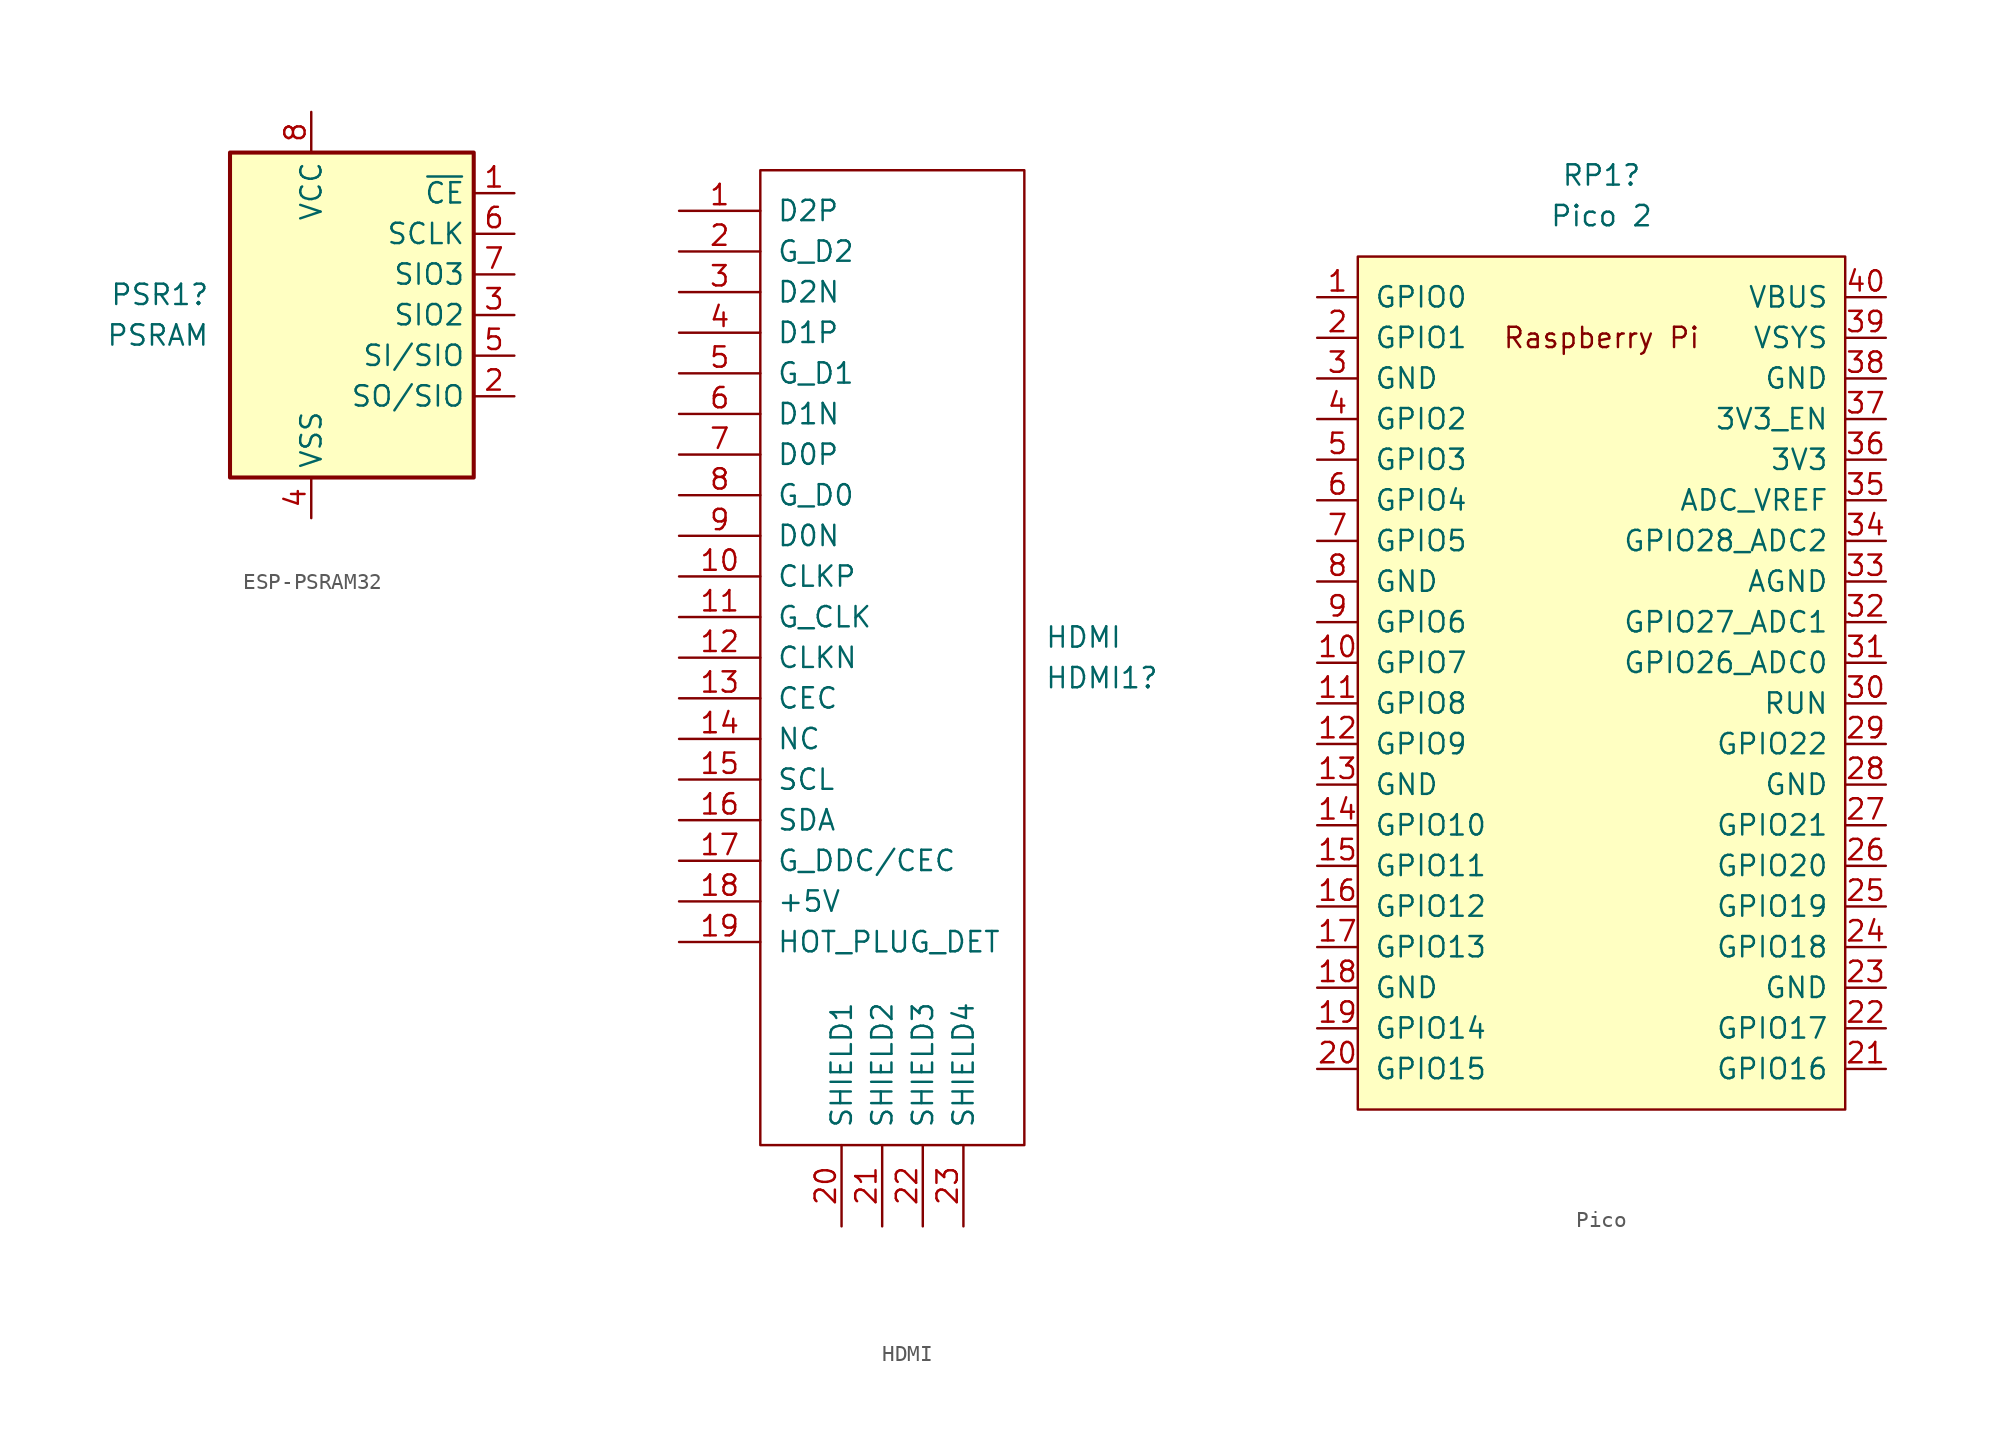
<source format=kicad_sym>
(kicad_symbol_lib
  (version 20231120)
  (generator "kicad_symbol_editor")
  (generator_version "8.0")
  (symbol "ESP-PSRAM32"
    (property "Reference" "PSR1"
      (at -8.89 1.27 0)
      (effects (font (size 1.27 1.27)) (justify right)))
    (property "Value" "PSRAM"
      (at -8.89 -1.27 0)
      (effects (font (size 1.27 1.27)) (justify right)))
    (symbol "ESP-PSRAM32_0_1"
      (rectangle (start -7.62 10.16) (end 7.62 -10.16) (stroke (width 0.254) (type default)) (fill (type background))))
    (symbol "ESP-PSRAM32_1_1"
      (pin input line (at 10.16 7.62 180) (length 2.54) (name "~{CE}" (effects (font (size 1.27 1.27)))) (number "1" (effects (font (size 1.27 1.27)))))
      (pin output line (at 10.16 -5.08 180) (length 2.54) (name "SO/SIO" (effects (font (size 1.27 1.27)))) (number "2" (effects (font (size 1.27 1.27)))))
      (pin bidirectional line (at 10.16 0 180) (length 2.54) (name "SIO2" (effects (font (size 1.27 1.27)))) (number "3" (effects (font (size 1.27 1.27)))))
      (pin power_in line (at -2.54 -12.7 90) (length 2.54) (name "VSS" (effects (font (size 1.27 1.27)))) (number "4" (effects (font (size 1.27 1.27)))))
      (pin input line (at 10.16 -2.54 180) (length 2.54) (name "SI/SIO" (effects (font (size 1.27 1.27)))) (number "5" (effects (font (size 1.27 1.27)))))
      (pin output line (at 10.16 5.08 180) (length 2.54) (name "SCLK" (effects (font (size 1.27 1.27)))) (number "6" (effects (font (size 1.27 1.27)))))
      (pin bidirectional line (at 10.16 2.54 180) (length 2.54) (name "SIO3" (effects (font (size 1.27 1.27)))) (number "7" (effects (font (size 1.27 1.27)))))
      (pin power_in line (at -2.54 12.7 270) (length 2.54) (name "VCC" (effects (font (size 1.27 1.27)))) (number "8" (effects (font (size 1.27 1.27)))))))
  (symbol "HDMI"
    (pin_names
      (offset 1.016))
    (property "Reference" "HDMI1"
      (at 12.7 -16.51 0)
      (effects (font (size 1.27 1.27)) (justify left)))
    (property "Value" "HDMI"
      (at 12.7 -13.97 0)
      (effects (font (size 1.27 1.27)) (justify left)))
    (symbol "HDMI_0_1"
      (rectangle (start -5.08 15.24) (end 11.43 -45.72) (stroke (width 0) (type solid)) (fill (type none))))
    (symbol "HDMI_1_1"
      (pin input line (at -10.16 12.7 0) (length 5.08) (name "D2P" (effects (font (size 1.27 1.27)))) (number "1" (effects (font (size 1.27 1.27)))))
      (pin input line (at -10.16 -10.16 0) (length 5.08) (name "CLKP" (effects (font (size 1.27 1.27)))) (number "10" (effects (font (size 1.27 1.27)))))
      (pin input line (at -10.16 -12.7 0) (length 5.08) (name "G_CLK" (effects (font (size 1.27 1.27)))) (number "11" (effects (font (size 1.27 1.27)))))
      (pin input line (at -10.16 -15.24 0) (length 5.08) (name "CLKN" (effects (font (size 1.27 1.27)))) (number "12" (effects (font (size 1.27 1.27)))))
      (pin input line (at -10.16 -17.78 0) (length 5.08) (name "CEC" (effects (font (size 1.27 1.27)))) (number "13" (effects (font (size 1.27 1.27)))))
      (pin input line (at -10.16 -20.32 0) (length 5.08) (name "NC" (effects (font (size 1.27 1.27)))) (number "14" (effects (font (size 1.27 1.27)))))
      (pin input line (at -10.16 -22.86 0) (length 5.08) (name "SCL" (effects (font (size 1.27 1.27)))) (number "15" (effects (font (size 1.27 1.27)))))
      (pin input line (at -10.16 -25.4 0) (length 5.08) (name "SDA" (effects (font (size 1.27 1.27)))) (number "16" (effects (font (size 1.27 1.27)))))
      (pin input line (at -10.16 -27.94 0) (length 5.08) (name "G_DDC/CEC" (effects (font (size 1.27 1.27)))) (number "17" (effects (font (size 1.27 1.27)))))
      (pin input line (at -10.16 -30.48 0) (length 5.08) (name "+5V" (effects (font (size 1.27 1.27)))) (number "18" (effects (font (size 1.27 1.27)))))
      (pin input line (at -10.16 -33.02 0) (length 5.08) (name "HOT_PLUG_DET" (effects (font (size 1.27 1.27)))) (number "19" (effects (font (size 1.27 1.27)))))
      (pin input line (at -10.16 10.16 0) (length 5.08) (name "G_D2" (effects (font (size 1.27 1.27)))) (number "2" (effects (font (size 1.27 1.27)))))
      (pin input line (at 0 -50.8 90) (length 5.08) (name "SHIELD1" (effects (font (size 1.27 1.27)))) (number "20" (effects (font (size 1.27 1.27)))))
      (pin input line (at 2.54 -50.8 90) (length 5.08) (name "SHIELD2" (effects (font (size 1.27 1.27)))) (number "21" (effects (font (size 1.27 1.27)))))
      (pin input line (at 5.08 -50.8 90) (length 5.08) (name "SHIELD3" (effects (font (size 1.27 1.27)))) (number "22" (effects (font (size 1.27 1.27)))))
      (pin input line (at 7.62 -50.8 90) (length 5.08) (name "SHIELD4" (effects (font (size 1.27 1.27)))) (number "23" (effects (font (size 1.27 1.27)))))
      (pin input line (at -10.16 7.62 0) (length 5.08) (name "D2N" (effects (font (size 1.27 1.27)))) (number "3" (effects (font (size 1.27 1.27)))))
      (pin input line (at -10.16 5.08 0) (length 5.08) (name "D1P" (effects (font (size 1.27 1.27)))) (number "4" (effects (font (size 1.27 1.27)))))
      (pin input line (at -10.16 2.54 0) (length 5.08) (name "G_D1" (effects (font (size 1.27 1.27)))) (number "5" (effects (font (size 1.27 1.27)))))
      (pin input line (at -10.16 0 0) (length 5.08) (name "D1N" (effects (font (size 1.27 1.27)))) (number "6" (effects (font (size 1.27 1.27)))))
      (pin input line (at -10.16 -2.54 0) (length 5.08) (name "D0P" (effects (font (size 1.27 1.27)))) (number "7" (effects (font (size 1.27 1.27)))))
      (pin input line (at -10.16 -5.08 0) (length 5.08) (name "G_D0" (effects (font (size 1.27 1.27)))) (number "8" (effects (font (size 1.27 1.27)))))
      (pin input line (at -10.16 -7.62 0) (length 5.08) (name "D0N" (effects (font (size 1.27 1.27)))) (number "9" (effects (font (size 1.27 1.27)))))))
  (symbol "Pico"
    (pin_names
      (offset 1.016))
    (property "Reference" "RP1"
      (at 0 31.75 0)
      (effects (font (size 1.27 1.27))))
    (property "Value" "Pico 2"
      (at 0 29.21 0)
      (effects (font (size 1.27 1.27))))
    (symbol "Pico_0_0"
      (text "Raspberry Pi" (at 0 21.59 0) (effects (font (size 1.27 1.27)))))
    (symbol "Pico_0_1"
      (rectangle (start -15.24 26.67) (end 15.24 -26.67) (stroke (width 0) (type solid)) (fill (type background))))
    (symbol "Pico_1_1"
      (pin bidirectional line (at -17.78 24.13 0) (length 2.54) (name "GPIO0" (effects (font (size 1.27 1.27)))) (number "1" (effects (font (size 1.27 1.27)))))
      (pin bidirectional line (at -17.78 1.27 0) (length 2.54) (name "GPIO7" (effects (font (size 1.27 1.27)))) (number "10" (effects (font (size 1.27 1.27)))))
      (pin bidirectional line (at -17.78 -1.27 0) (length 2.54) (name "GPIO8" (effects (font (size 1.27 1.27)))) (number "11" (effects (font (size 1.27 1.27)))))
      (pin bidirectional line (at -17.78 -3.81 0) (length 2.54) (name "GPIO9" (effects (font (size 1.27 1.27)))) (number "12" (effects (font (size 1.27 1.27)))))
      (pin power_in line (at -17.78 -6.35 0) (length 2.54) (name "GND" (effects (font (size 1.27 1.27)))) (number "13" (effects (font (size 1.27 1.27)))))
      (pin bidirectional line (at -17.78 -8.89 0) (length 2.54) (name "GPIO10" (effects (font (size 1.27 1.27)))) (number "14" (effects (font (size 1.27 1.27)))))
      (pin bidirectional line (at -17.78 -11.43 0) (length 2.54) (name "GPIO11" (effects (font (size 1.27 1.27)))) (number "15" (effects (font (size 1.27 1.27)))))
      (pin bidirectional line (at -17.78 -13.97 0) (length 2.54) (name "GPIO12" (effects (font (size 1.27 1.27)))) (number "16" (effects (font (size 1.27 1.27)))))
      (pin bidirectional line (at -17.78 -16.51 0) (length 2.54) (name "GPIO13" (effects (font (size 1.27 1.27)))) (number "17" (effects (font (size 1.27 1.27)))))
      (pin power_in line (at -17.78 -19.05 0) (length 2.54) (name "GND" (effects (font (size 1.27 1.27)))) (number "18" (effects (font (size 1.27 1.27)))))
      (pin bidirectional line (at -17.78 -21.59 0) (length 2.54) (name "GPIO14" (effects (font (size 1.27 1.27)))) (number "19" (effects (font (size 1.27 1.27)))))
      (pin bidirectional line (at -17.78 21.59 0) (length 2.54) (name "GPIO1" (effects (font (size 1.27 1.27)))) (number "2" (effects (font (size 1.27 1.27)))))
      (pin bidirectional line (at -17.78 -24.13 0) (length 2.54) (name "GPIO15" (effects (font (size 1.27 1.27)))) (number "20" (effects (font (size 1.27 1.27)))))
      (pin bidirectional line (at 17.78 -24.13 180) (length 2.54) (name "GPIO16" (effects (font (size 1.27 1.27)))) (number "21" (effects (font (size 1.27 1.27)))))
      (pin bidirectional line (at 17.78 -21.59 180) (length 2.54) (name "GPIO17" (effects (font (size 1.27 1.27)))) (number "22" (effects (font (size 1.27 1.27)))))
      (pin power_in line (at 17.78 -19.05 180) (length 2.54) (name "GND" (effects (font (size 1.27 1.27)))) (number "23" (effects (font (size 1.27 1.27)))))
      (pin bidirectional line (at 17.78 -16.51 180) (length 2.54) (name "GPIO18" (effects (font (size 1.27 1.27)))) (number "24" (effects (font (size 1.27 1.27)))))
      (pin bidirectional line (at 17.78 -13.97 180) (length 2.54) (name "GPIO19" (effects (font (size 1.27 1.27)))) (number "25" (effects (font (size 1.27 1.27)))))
      (pin bidirectional line (at 17.78 -11.43 180) (length 2.54) (name "GPIO20" (effects (font (size 1.27 1.27)))) (number "26" (effects (font (size 1.27 1.27)))))
      (pin bidirectional line (at 17.78 -8.89 180) (length 2.54) (name "GPIO21" (effects (font (size 1.27 1.27)))) (number "27" (effects (font (size 1.27 1.27)))))
      (pin power_in line (at 17.78 -6.35 180) (length 2.54) (name "GND" (effects (font (size 1.27 1.27)))) (number "28" (effects (font (size 1.27 1.27)))))
      (pin bidirectional line (at 17.78 -3.81 180) (length 2.54) (name "GPIO22" (effects (font (size 1.27 1.27)))) (number "29" (effects (font (size 1.27 1.27)))))
      (pin power_in line (at -17.78 19.05 0) (length 2.54) (name "GND" (effects (font (size 1.27 1.27)))) (number "3" (effects (font (size 1.27 1.27)))))
      (pin input line (at 17.78 -1.27 180) (length 2.54) (name "RUN" (effects (font (size 1.27 1.27)))) (number "30" (effects (font (size 1.27 1.27)))))
      (pin bidirectional line (at 17.78 1.27 180) (length 2.54) (name "GPIO26_ADC0" (effects (font (size 1.27 1.27)))) (number "31" (effects (font (size 1.27 1.27)))))
      (pin bidirectional line (at 17.78 3.81 180) (length 2.54) (name "GPIO27_ADC1" (effects (font (size 1.27 1.27)))) (number "32" (effects (font (size 1.27 1.27)))))
      (pin power_in line (at 17.78 6.35 180) (length 2.54) (name "AGND" (effects (font (size 1.27 1.27)))) (number "33" (effects (font (size 1.27 1.27)))))
      (pin bidirectional line (at 17.78 8.89 180) (length 2.54) (name "GPIO28_ADC2" (effects (font (size 1.27 1.27)))) (number "34" (effects (font (size 1.27 1.27)))))
      (pin unspecified line (at 17.78 11.43 180) (length 2.54) (name "ADC_VREF" (effects (font (size 1.27 1.27)))) (number "35" (effects (font (size 1.27 1.27)))))
      (pin output line (at 17.78 13.97 180) (length 2.54) (name "3V3" (effects (font (size 1.27 1.27)))) (number "36" (effects (font (size 1.27 1.27)))))
      (pin input line (at 17.78 16.51 180) (length 2.54) (name "3V3_EN" (effects (font (size 1.27 1.27)))) (number "37" (effects (font (size 1.27 1.27)))))
      (pin bidirectional line (at 17.78 19.05 180) (length 2.54) (name "GND" (effects (font (size 1.27 1.27)))) (number "38" (effects (font (size 1.27 1.27)))))
      (pin input line (at 17.78 21.59 180) (length 2.54) (name "VSYS" (effects (font (size 1.27 1.27)))) (number "39" (effects (font (size 1.27 1.27)))))
      (pin bidirectional line (at -17.78 16.51 0) (length 2.54) (name "GPIO2" (effects (font (size 1.27 1.27)))) (number "4" (effects (font (size 1.27 1.27)))))
      (pin output line (at 17.78 24.13 180) (length 2.54) (name "VBUS" (effects (font (size 1.27 1.27)))) (number "40" (effects (font (size 1.27 1.27)))))
      (pin bidirectional line (at -17.78 13.97 0) (length 2.54) (name "GPIO3" (effects (font (size 1.27 1.27)))) (number "5" (effects (font (size 1.27 1.27)))))
      (pin bidirectional line (at -17.78 11.43 0) (length 2.54) (name "GPIO4" (effects (font (size 1.27 1.27)))) (number "6" (effects (font (size 1.27 1.27)))))
      (pin bidirectional line (at -17.78 8.89 0) (length 2.54) (name "GPIO5" (effects (font (size 1.27 1.27)))) (number "7" (effects (font (size 1.27 1.27)))))
      (pin power_in line (at -17.78 6.35 0) (length 2.54) (name "GND" (effects (font (size 1.27 1.27)))) (number "8" (effects (font (size 1.27 1.27)))))
      (pin bidirectional line (at -17.78 3.81 0) (length 2.54) (name "GPIO6" (effects (font (size 1.27 1.27)))) (number "9" (effects (font (size 1.27 1.27))))))))
</source>
